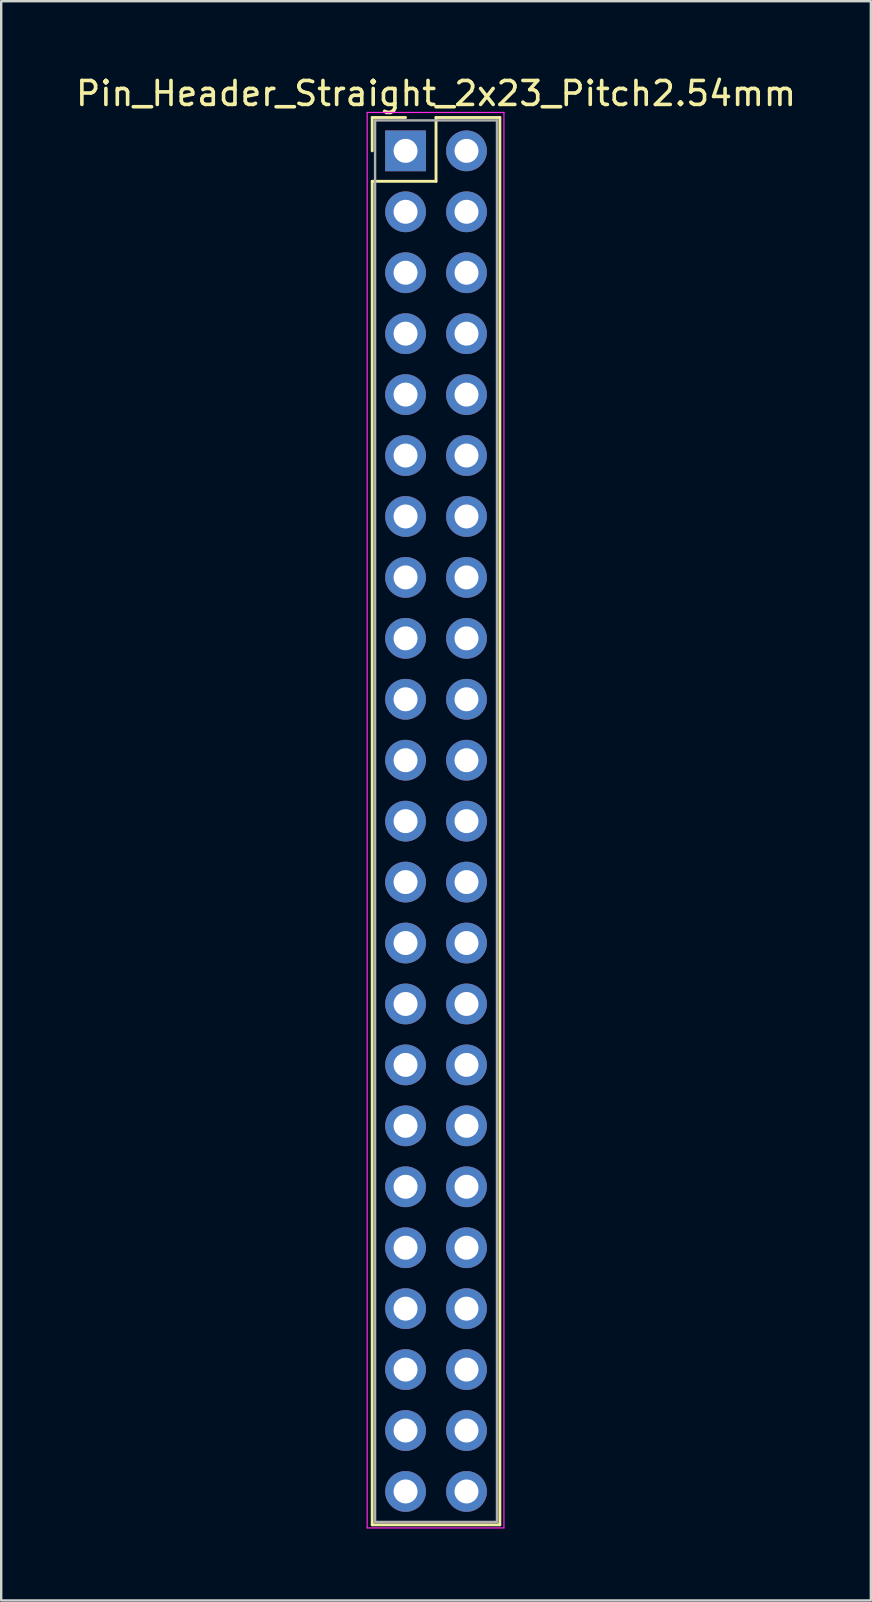
<source format=kicad_pcb>
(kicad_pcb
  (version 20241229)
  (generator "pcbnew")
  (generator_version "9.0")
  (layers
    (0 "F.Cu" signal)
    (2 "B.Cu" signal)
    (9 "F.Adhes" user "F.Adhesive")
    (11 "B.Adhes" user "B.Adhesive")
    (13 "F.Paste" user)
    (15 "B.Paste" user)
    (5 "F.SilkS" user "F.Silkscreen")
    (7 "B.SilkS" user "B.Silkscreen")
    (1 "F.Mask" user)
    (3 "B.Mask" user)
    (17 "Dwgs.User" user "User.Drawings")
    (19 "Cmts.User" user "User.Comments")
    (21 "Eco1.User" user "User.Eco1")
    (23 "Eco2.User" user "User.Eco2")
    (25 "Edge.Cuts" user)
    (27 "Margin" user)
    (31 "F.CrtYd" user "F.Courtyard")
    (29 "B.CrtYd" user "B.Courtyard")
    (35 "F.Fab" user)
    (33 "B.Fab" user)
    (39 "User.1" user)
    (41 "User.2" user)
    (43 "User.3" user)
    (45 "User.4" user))
  (footprint "Pin_Header_Straight_2x23_Pitch2.54mm"
    (layer "F.Cu")
    (at 13.855 3.238)
    (property "Reference" "Pin_Header_Straight_2x23_Pitch2.54mm" (at 1.27 -2.39 0) (layer "F.SilkS") (effects (font (size 1 1) (thickness 0.15))))
    (attr through_hole)
    (fp_line (start -1.39 -1.39) (end 0 -1.39) (stroke (width 0.12) (type solid)) (layer "F.SilkS"))
    (fp_line (start -1.39 0) (end -1.39 -1.39) (stroke (width 0.12) (type solid)) (layer "F.SilkS"))
    (fp_line (start -1.39 1.27) (end -1.39 57.27) (stroke (width 0.12) (type solid)) (layer "F.SilkS"))
    (fp_line (start -1.39 57.27) (end 3.93 57.27) (stroke (width 0.12) (type solid)) (layer "F.SilkS"))
    (fp_line (start 1.27 -1.39) (end 1.27 1.27) (stroke (width 0.12) (type solid)) (layer "F.SilkS"))
    (fp_line (start 1.27 1.27) (end -1.39 1.27) (stroke (width 0.12) (type solid)) (layer "F.SilkS"))
    (fp_line (start 3.93 -1.39) (end 1.27 -1.39) (stroke (width 0.12) (type solid)) (layer "F.SilkS"))
    (fp_line (start 3.93 57.27) (end 3.93 -1.39) (stroke (width 0.12) (type solid)) (layer "F.SilkS"))
    (fp_line (start -1.6 -1.6) (end -1.6 57.4) (stroke (width 0.05) (type solid)) (layer "F.CrtYd"))
    (fp_line (start -1.6 57.4) (end 4.1 57.4) (stroke (width 0.05) (type solid)) (layer "F.CrtYd"))
    (fp_line (start 4.1 -1.6) (end -1.6 -1.6) (stroke (width 0.05) (type solid)) (layer "F.CrtYd"))
    (fp_line (start 4.1 57.4) (end 4.1 -1.6) (stroke (width 0.05) (type solid)) (layer "F.CrtYd"))
    (fp_line (start -1.27 -1.27) (end -1.27 57.15) (stroke (width 0.1) (type solid)) (layer "F.Fab"))
    (fp_line (start -1.27 57.15) (end 3.81 57.15) (stroke (width 0.1) (type solid)) (layer "F.Fab"))
    (fp_line (start 3.81 -1.27) (end -1.27 -1.27) (stroke (width 0.1) (type solid)) (layer "F.Fab"))
    (fp_line (start 3.81 57.15) (end 3.81 -1.27) (stroke (width 0.1) (type solid)) (layer "F.Fab"))
    (pad "1" thru_hole rect (at 0 0) (size 1.7 1.7) (drill 1) (layers "*.Cu" "*.Mask"))
    (pad "2" thru_hole oval (at 2.54 0) (size 1.7 1.7) (drill 1) (layers "*.Cu" "*.Mask"))
    (pad "3" thru_hole oval (at 0 2.54) (size 1.7 1.7) (drill 1) (layers "*.Cu" "*.Mask"))
    (pad "4" thru_hole oval (at 2.54 2.54) (size 1.7 1.7) (drill 1) (layers "*.Cu" "*.Mask"))
    (pad "5" thru_hole oval (at 0 5.08) (size 1.7 1.7) (drill 1) (layers "*.Cu" "*.Mask"))
    (pad "6" thru_hole oval (at 2.54 5.08) (size 1.7 1.7) (drill 1) (layers "*.Cu" "*.Mask"))
    (pad "7" thru_hole oval (at 0 7.62) (size 1.7 1.7) (drill 1) (layers "*.Cu" "*.Mask"))
    (pad "8" thru_hole oval (at 2.54 7.62) (size 1.7 1.7) (drill 1) (layers "*.Cu" "*.Mask"))
    (pad "9" thru_hole oval (at 0 10.16) (size 1.7 1.7) (drill 1) (layers "*.Cu" "*.Mask"))
    (pad "10" thru_hole oval (at 2.54 10.16) (size 1.7 1.7) (drill 1) (layers "*.Cu" "*.Mask"))
    (pad "11" thru_hole oval (at 0 12.7) (size 1.7 1.7) (drill 1) (layers "*.Cu" "*.Mask"))
    (pad "12" thru_hole oval (at 2.54 12.7) (size 1.7 1.7) (drill 1) (layers "*.Cu" "*.Mask"))
    (pad "13" thru_hole oval (at 0 15.24) (size 1.7 1.7) (drill 1) (layers "*.Cu" "*.Mask"))
    (pad "14" thru_hole oval (at 2.54 15.24) (size 1.7 1.7) (drill 1) (layers "*.Cu" "*.Mask"))
    (pad "15" thru_hole oval (at 0 17.78) (size 1.7 1.7) (drill 1) (layers "*.Cu" "*.Mask"))
    (pad "16" thru_hole oval (at 2.54 17.78) (size 1.7 1.7) (drill 1) (layers "*.Cu" "*.Mask"))
    (pad "17" thru_hole oval (at 0 20.32) (size 1.7 1.7) (drill 1) (layers "*.Cu" "*.Mask"))
    (pad "18" thru_hole oval (at 2.54 20.32) (size 1.7 1.7) (drill 1) (layers "*.Cu" "*.Mask"))
    (pad "19" thru_hole oval (at 0 22.86) (size 1.7 1.7) (drill 1) (layers "*.Cu" "*.Mask"))
    (pad "20" thru_hole oval (at 2.54 22.86) (size 1.7 1.7) (drill 1) (layers "*.Cu" "*.Mask"))
    (pad "21" thru_hole oval (at 0 25.4) (size 1.7 1.7) (drill 1) (layers "*.Cu" "*.Mask"))
    (pad "22" thru_hole oval (at 2.54 25.4) (size 1.7 1.7) (drill 1) (layers "*.Cu" "*.Mask"))
    (pad "23" thru_hole oval (at 0 27.94) (size 1.7 1.7) (drill 1) (layers "*.Cu" "*.Mask"))
    (pad "24" thru_hole oval (at 2.54 27.94) (size 1.7 1.7) (drill 1) (layers "*.Cu" "*.Mask"))
    (pad "25" thru_hole oval (at 0 30.48) (size 1.7 1.7) (drill 1) (layers "*.Cu" "*.Mask"))
    (pad "26" thru_hole oval (at 2.54 30.48) (size 1.7 1.7) (drill 1) (layers "*.Cu" "*.Mask"))
    (pad "27" thru_hole oval (at 0 33.02) (size 1.7 1.7) (drill 1) (layers "*.Cu" "*.Mask"))
    (pad "28" thru_hole oval (at 2.54 33.02) (size 1.7 1.7) (drill 1) (layers "*.Cu" "*.Mask"))
    (pad "29" thru_hole oval (at 0 35.56) (size 1.7 1.7) (drill 1) (layers "*.Cu" "*.Mask"))
    (pad "30" thru_hole oval (at 2.54 35.56) (size 1.7 1.7) (drill 1) (layers "*.Cu" "*.Mask"))
    (pad "31" thru_hole oval (at 0 38.1) (size 1.7 1.7) (drill 1) (layers "*.Cu" "*.Mask"))
    (pad "32" thru_hole oval (at 2.54 38.1) (size 1.7 1.7) (drill 1) (layers "*.Cu" "*.Mask"))
    (pad "33" thru_hole oval (at 0 40.64) (size 1.7 1.7) (drill 1) (layers "*.Cu" "*.Mask"))
    (pad "34" thru_hole oval (at 2.54 40.64) (size 1.7 1.7) (drill 1) (layers "*.Cu" "*.Mask"))
    (pad "35" thru_hole oval (at 0 43.18) (size 1.7 1.7) (drill 1) (layers "*.Cu" "*.Mask"))
    (pad "36" thru_hole oval (at 2.54 43.18) (size 1.7 1.7) (drill 1) (layers "*.Cu" "*.Mask"))
    (pad "37" thru_hole oval (at 0 45.72) (size 1.7 1.7) (drill 1) (layers "*.Cu" "*.Mask"))
    (pad "38" thru_hole oval (at 2.54 45.72) (size 1.7 1.7) (drill 1) (layers "*.Cu" "*.Mask"))
    (pad "39" thru_hole oval (at 0 48.26) (size 1.7 1.7) (drill 1) (layers "*.Cu" "*.Mask"))
    (pad "40" thru_hole oval (at 2.54 48.26) (size 1.7 1.7) (drill 1) (layers "*.Cu" "*.Mask"))
    (pad "41" thru_hole oval (at 0 50.8) (size 1.7 1.7) (drill 1) (layers "*.Cu" "*.Mask"))
    (pad "42" thru_hole oval (at 2.54 50.8) (size 1.7 1.7) (drill 1) (layers "*.Cu" "*.Mask"))
    (pad "43" thru_hole oval (at 0 53.34) (size 1.7 1.7) (drill 1) (layers "*.Cu" "*.Mask"))
    (pad "44" thru_hole oval (at 2.54 53.34) (size 1.7 1.7) (drill 1) (layers "*.Cu" "*.Mask"))
    (pad "45" thru_hole oval (at 0 55.88) (size 1.7 1.7) (drill 1) (layers "*.Cu" "*.Mask"))
    (pad "46" thru_hole oval (at 2.54 55.88) (size 1.7 1.7) (drill 1) (layers "*.Cu" "*.Mask")))
  (gr_rect
    (start -3 -3)
    (end 33.25 63.663)
    (stroke (width 0.1) (type default))
    (fill no)
    (layer "Edge.Cuts")))
</source>
